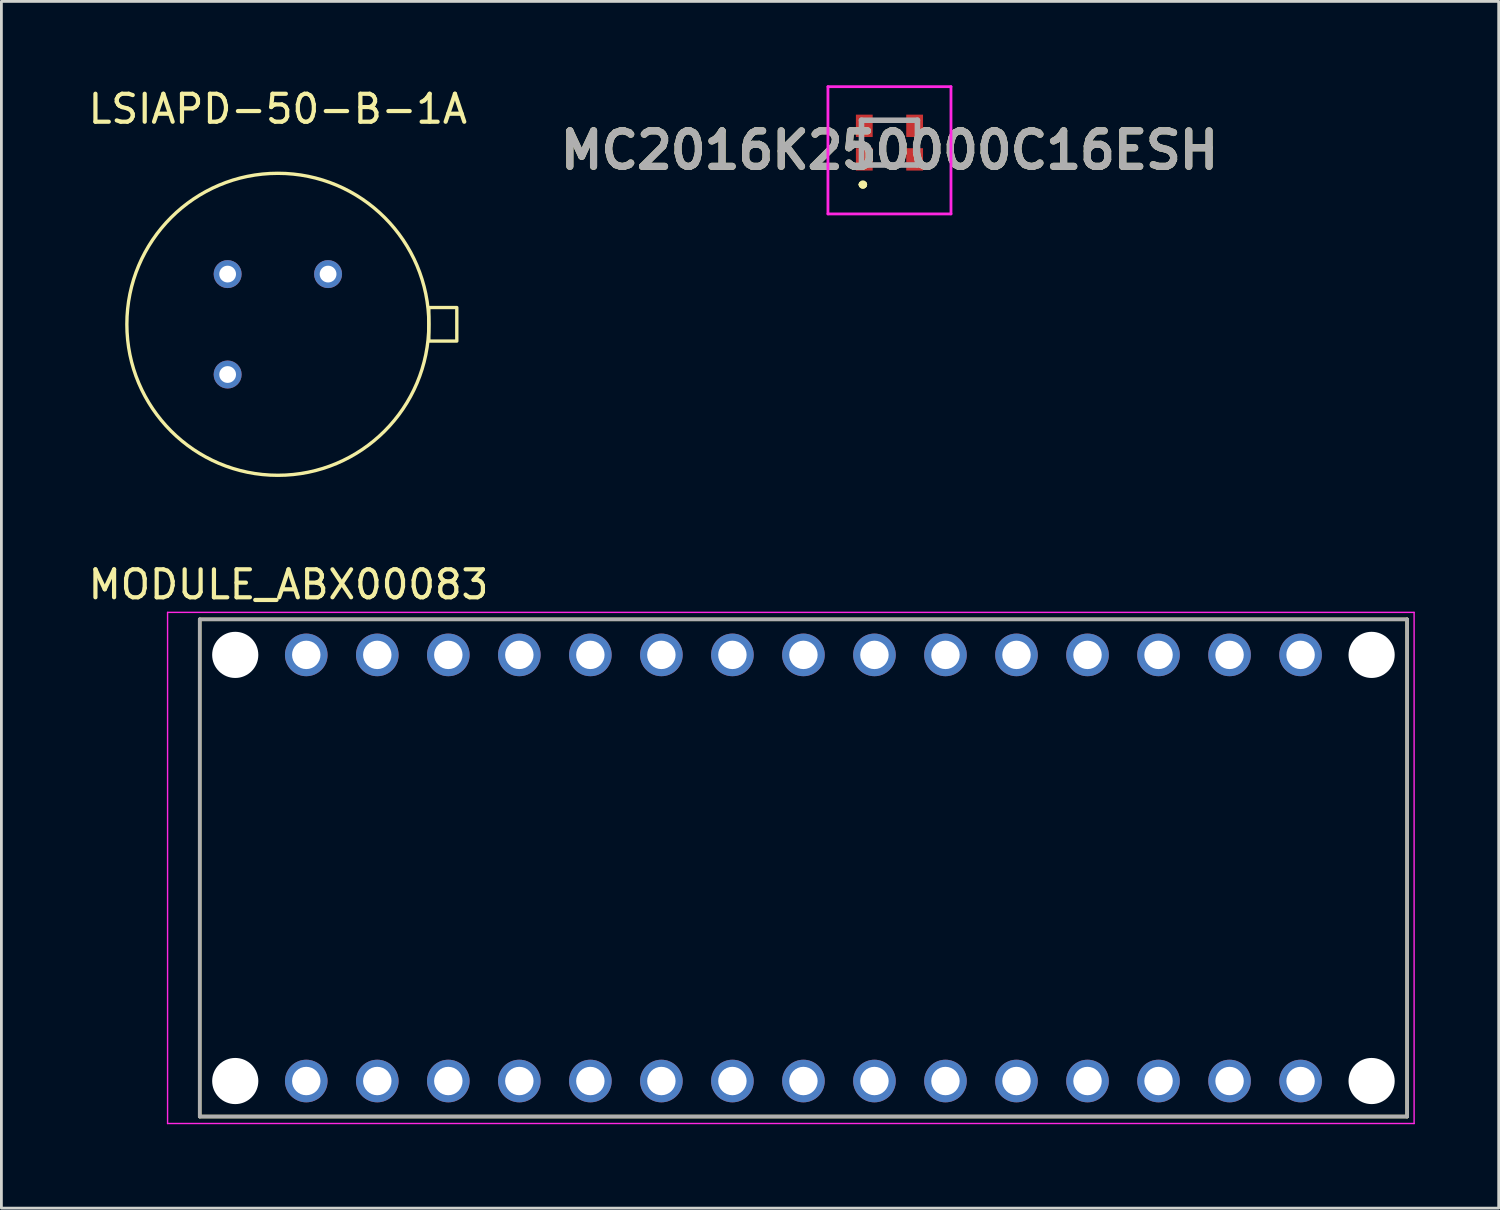
<source format=kicad_pcb>
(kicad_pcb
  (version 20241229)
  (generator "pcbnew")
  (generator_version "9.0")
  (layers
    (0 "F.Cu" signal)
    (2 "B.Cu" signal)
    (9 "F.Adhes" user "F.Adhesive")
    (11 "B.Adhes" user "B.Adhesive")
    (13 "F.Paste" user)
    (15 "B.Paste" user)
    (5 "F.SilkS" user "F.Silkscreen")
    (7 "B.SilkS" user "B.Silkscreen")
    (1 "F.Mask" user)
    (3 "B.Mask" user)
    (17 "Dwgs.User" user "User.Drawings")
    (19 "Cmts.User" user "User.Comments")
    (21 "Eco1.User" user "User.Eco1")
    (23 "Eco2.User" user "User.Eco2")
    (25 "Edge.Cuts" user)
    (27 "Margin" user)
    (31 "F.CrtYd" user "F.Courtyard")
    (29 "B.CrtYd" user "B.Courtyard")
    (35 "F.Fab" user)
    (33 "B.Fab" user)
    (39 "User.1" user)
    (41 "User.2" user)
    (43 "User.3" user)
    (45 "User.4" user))
  (footprint "LSIAPD-50-B-1A"
    (layer "F.Cu")
    (at 6.887 8.548)
    (property "Reference" "LSIAPD-50-B-1A" (at 0 -7.7 0) (unlocked yes) (layer "F.SilkS") (effects (font (size 1 1) (thickness 0.15))))
    (attr through_hole)
    (fp_rect (start 5.4 -0.6) (end 6.4 0.6) (stroke (width 0.12) (type default)) (fill no) (layer "F.SilkS"))
    (fp_circle (center 0 0) (end 5.4 0) (stroke (width 0.12) (type default)) (fill no) (layer "F.SilkS"))
    (pad "1" thru_hole circle (at 1.796 -1.796) (size 1 1) (drill 0.6) (layers "*.Cu" "*.Mask"))
    (pad "2" thru_hole circle (at -1.796 -1.796) (size 1 1) (drill 0.6) (layers "*.Cu" "*.Mask"))
    (pad "3" thru_hole circle (at -1.796 1.796) (size 1 1) (drill 0.6) (layers "*.Cu" "*.Mask")))
  (footprint "MC2016K250000C16ESH"
    (layer "F.Cu")
    (at 28.76 2.05)
    (property "Reference" "MC2016K250000C16ESH" (at 0 0.275 0) (layer "F.SilkS") (effects (font (size 1.27 1.27) (thickness 0.254))))
    (attr smd)
    (fp_line (start -1 1.5) (end -1 1.5) (stroke (width 0.2) (type solid)) (layer "F.SilkS"))
    (fp_line (start -1 1.5) (end -1 1.5) (stroke (width 0.2) (type solid)) (layer "F.SilkS"))
    (fp_line (start -0.9 1.5) (end -0.9 1.5) (stroke (width 0.2) (type solid)) (layer "F.SilkS"))
    (fp_line (start -0.25 -0.8) (end -0.25 -0.8) (stroke (width 0.1) (type solid)) (layer "F.SilkS"))
    (fp_line (start -0.25 -0.8) (end 0.25 -0.8) (stroke (width 0.1) (type solid)) (layer "F.SilkS"))
    (fp_line (start -0.25 0.8) (end -0.25 0.8) (stroke (width 0.1) (type solid)) (layer "F.SilkS"))
    (fp_line (start -0.25 0.8) (end 0.25 0.8) (stroke (width 0.1) (type solid)) (layer "F.SilkS"))
    (fp_line (start 0.25 -0.8) (end -0.25 -0.8) (stroke (width 0.1) (type solid)) (layer "F.SilkS"))
    (fp_line (start 0.25 -0.8) (end 0.25 -0.8) (stroke (width 0.1) (type solid)) (layer "F.SilkS"))
    (fp_line (start 0.25 0.8) (end -0.25 0.8) (stroke (width 0.1) (type solid)) (layer "F.SilkS"))
    (fp_line (start 0.25 0.8) (end 0.25 0.8) (stroke (width 0.1) (type solid)) (layer "F.SilkS"))
    (fp_arc (start -1 1.5) (mid -0.95 1.45) (end -0.9 1.5) (stroke (width 0.2) (type solid)) (layer "F.SilkS"))
    (fp_arc (start -0.9 1.5) (mid -0.95 1.55) (end -1 1.5) (stroke (width 0.2) (type solid)) (layer "F.SilkS"))
    (fp_arc (start -0.9 1.5) (mid -0.95 1.55) (end -1 1.5) (stroke (width 0.2) (type solid)) (layer "F.SilkS"))
    (fp_line (start -2.2 -2) (end 2.2 -2) (stroke (width 0.1) (type solid)) (layer "F.CrtYd"))
    (fp_line (start -2.2 2.55) (end -2.2 -2) (stroke (width 0.1) (type solid)) (layer "F.CrtYd"))
    (fp_line (start 2.2 -2) (end 2.2 2.55) (stroke (width 0.1) (type solid)) (layer "F.CrtYd"))
    (fp_line (start 2.2 2.55) (end -2.2 2.55) (stroke (width 0.1) (type solid)) (layer "F.CrtYd"))
    (fp_line (start -1 -0.8) (end -1 0.8) (stroke (width 0.2) (type solid)) (layer "F.Fab"))
    (fp_line (start -1 0.8) (end 1 0.8) (stroke (width 0.2) (type solid)) (layer "F.Fab"))
    (fp_line (start 1 -0.8) (end -1 -0.8) (stroke (width 0.2) (type solid)) (layer "F.Fab"))
    (fp_line (start 1 0.8) (end 1 -0.8) (stroke (width 0.2) (type solid)) (layer "F.Fab"))
    (fp_text user "${REFERENCE}" (at 0 0.275 0) (layer "F.Fab") (effects (font (size 1.27 1.27) (thickness 0.254))))
    (pad "1" smd rect (at -0.9 0.6) (size 0.6 0.8) (layers "F.Cu" "F.Mask" "F.Paste"))
    (pad "2" smd rect (at 0.9 0.6) (size 0.6 0.8) (layers "F.Cu" "F.Mask" "F.Paste"))
    (pad "3" smd rect (at 0.9 -0.6) (size 0.6 0.8) (layers "F.Cu" "F.Mask" "F.Paste"))
    (pad "4" smd rect (at -0.9 -0.6) (size 0.6 0.8) (layers "F.Cu" "F.Mask" "F.Paste")))
  (footprint "MODULE_ABX00083"
    (layer "F.Cu")
    (at 25.683 27.991)
    (property "Reference" "MODULE_ABX00083" (at -18.415 -10.135 0) (layer "F.SilkS") (effects (font (size 1 1) (thickness 0.15))))
    (attr through_hole)
    (fp_line (start -21.59 -8.89) (end 21.59 -8.89) (stroke (width 0.127) (type solid)) (layer "F.SilkS"))
    (fp_line (start -21.59 8.89) (end -21.59 -8.89) (stroke (width 0.127) (type solid)) (layer "F.SilkS"))
    (fp_line (start 21.59 -8.89) (end 21.59 8.89) (stroke (width 0.127) (type solid)) (layer "F.SilkS"))
    (fp_line (start 21.59 8.89) (end -21.59 8.89) (stroke (width 0.127) (type solid)) (layer "F.SilkS"))
    (fp_line (start -22.74 -9.14) (end -22.74 9.14) (stroke (width 0.05) (type solid)) (layer "F.CrtYd"))
    (fp_line (start -22.74 9.14) (end 21.84 9.14) (stroke (width 0.05) (type solid)) (layer "F.CrtYd"))
    (fp_line (start 21.84 -9.14) (end -22.74 -9.14) (stroke (width 0.05) (type solid)) (layer "F.CrtYd"))
    (fp_line (start 21.84 9.14) (end 21.84 -9.14) (stroke (width 0.05) (type solid)) (layer "F.CrtYd"))
    (fp_line (start -21.59 -8.89) (end 21.59 -8.89) (stroke (width 0.127) (type solid)) (layer "F.Fab"))
    (fp_line (start -21.59 8.89) (end -21.59 -8.89) (stroke (width 0.127) (type solid)) (layer "F.Fab"))
    (fp_line (start 21.59 -8.89) (end 21.59 8.89) (stroke (width 0.127) (type solid)) (layer "F.Fab"))
    (fp_line (start 21.59 8.89) (end -21.59 8.89) (stroke (width 0.127) (type solid)) (layer "F.Fab"))
    (pad "" np_thru_hole circle (at -20.32 -7.62) (size 1.651 1.651) (drill 1.651) (layers "*.Cu" "*.Mask"))
    (pad "" np_thru_hole circle (at -20.32 7.62) (size 1.651 1.651) (drill 1.651) (layers "*.Cu" "*.Mask"))
    (pad "" np_thru_hole circle (at 20.32 -7.62) (size 1.651 1.651) (drill 1.651) (layers "*.Cu" "*.Mask"))
    (pad "" np_thru_hole circle (at 20.32 7.62) (size 1.651 1.651) (drill 1.651) (layers "*.Cu" "*.Mask"))
    (pad "JP1_1" thru_hole circle (at -17.78 7.62) (size 1.524 1.524) (drill 1.016) (layers "*.Cu" "*.Mask"))
    (pad "JP1_2" thru_hole circle (at -15.24 7.62) (size 1.524 1.524) (drill 1.016) (layers "*.Cu" "*.Mask"))
    (pad "JP1_3" thru_hole circle (at -12.7 7.62) (size 1.524 1.524) (drill 1.016) (layers "*.Cu" "*.Mask"))
    (pad "JP1_4" thru_hole circle (at -10.16 7.62) (size 1.524 1.524) (drill 1.016) (layers "*.Cu" "*.Mask"))
    (pad "JP1_5" thru_hole circle (at -7.62 7.62) (size 1.524 1.524) (drill 1.016) (layers "*.Cu" "*.Mask"))
    (pad "JP1_6" thru_hole circle (at -5.08 7.62) (size 1.524 1.524) (drill 1.016) (layers "*.Cu" "*.Mask"))
    (pad "JP1_7" thru_hole circle (at -2.54 7.62) (size 1.524 1.524) (drill 1.016) (layers "*.Cu" "*.Mask"))
    (pad "JP1_8" thru_hole circle (at 0 7.62) (size 1.524 1.524) (drill 1.016) (layers "*.Cu" "*.Mask"))
    (pad "JP1_9" thru_hole circle (at 2.54 7.62) (size 1.524 1.524) (drill 1.016) (layers "*.Cu" "*.Mask"))
    (pad "JP1_10" thru_hole circle (at 5.08 7.62) (size 1.524 1.524) (drill 1.016) (layers "*.Cu" "*.Mask"))
    (pad "JP1_11" thru_hole circle (at 7.62 7.62) (size 1.524 1.524) (drill 1.016) (layers "*.Cu" "*.Mask"))
    (pad "JP1_12" thru_hole circle (at 10.16 7.62) (size 1.524 1.524) (drill 1.016) (layers "*.Cu" "*.Mask"))
    (pad "JP1_13" thru_hole circle (at 12.7 7.62) (size 1.524 1.524) (drill 1.016) (layers "*.Cu" "*.Mask"))
    (pad "JP1_14" thru_hole circle (at 15.24 7.62) (size 1.524 1.524) (drill 1.016) (layers "*.Cu" "*.Mask"))
    (pad "JP1_15" thru_hole circle (at 17.78 7.62) (size 1.524 1.524) (drill 1.016) (layers "*.Cu" "*.Mask"))
    (pad "JP2_1" thru_hole circle (at 17.78 -7.62) (size 1.524 1.524) (drill 1.016) (layers "*.Cu" "*.Mask"))
    (pad "JP2_2" thru_hole circle (at 15.24 -7.62) (size 1.524 1.524) (drill 1.016) (layers "*.Cu" "*.Mask"))
    (pad "JP2_3" thru_hole circle (at 12.7 -7.62) (size 1.524 1.524) (drill 1.016) (layers "*.Cu" "*.Mask"))
    (pad "JP2_4" thru_hole circle (at 10.16 -7.62) (size 1.524 1.524) (drill 1.016) (layers "*.Cu" "*.Mask"))
    (pad "JP2_5" thru_hole circle (at 7.62 -7.62) (size 1.524 1.524) (drill 1.016) (layers "*.Cu" "*.Mask"))
    (pad "JP2_6" thru_hole circle (at 5.08 -7.62) (size 1.524 1.524) (drill 1.016) (layers "*.Cu" "*.Mask"))
    (pad "JP2_7" thru_hole circle (at 2.54 -7.62) (size 1.524 1.524) (drill 1.016) (layers "*.Cu" "*.Mask"))
    (pad "JP2_8" thru_hole circle (at 0 -7.62) (size 1.524 1.524) (drill 1.016) (layers "*.Cu" "*.Mask"))
    (pad "JP2_9" thru_hole circle (at -2.54 -7.62) (size 1.524 1.524) (drill 1.016) (layers "*.Cu" "*.Mask"))
    (pad "JP2_10" thru_hole circle (at -5.08 -7.62) (size 1.524 1.524) (drill 1.016) (layers "*.Cu" "*.Mask"))
    (pad "JP2_11" thru_hole circle (at -7.62 -7.62) (size 1.524 1.524) (drill 1.016) (layers "*.Cu" "*.Mask"))
    (pad "JP2_12" thru_hole circle (at -10.16 -7.62) (size 1.524 1.524) (drill 1.016) (layers "*.Cu" "*.Mask"))
    (pad "JP2_13" thru_hole circle (at -12.7 -7.62) (size 1.524 1.524) (drill 1.016) (layers "*.Cu" "*.Mask"))
    (pad "JP2_14" thru_hole circle (at -15.24 -7.62) (size 1.524 1.524) (drill 1.016) (layers "*.Cu" "*.Mask"))
    (pad "JP2_15" thru_hole circle (at -17.78 -7.62) (size 1.524 1.524) (drill 1.016) (layers "*.Cu" "*.Mask")))
  (gr_rect
    (start -3 -3)
    (end 50.548 40.157)
    (stroke (width 0.1) (type default))
    (fill no)
    (layer "Edge.Cuts")))
</source>
